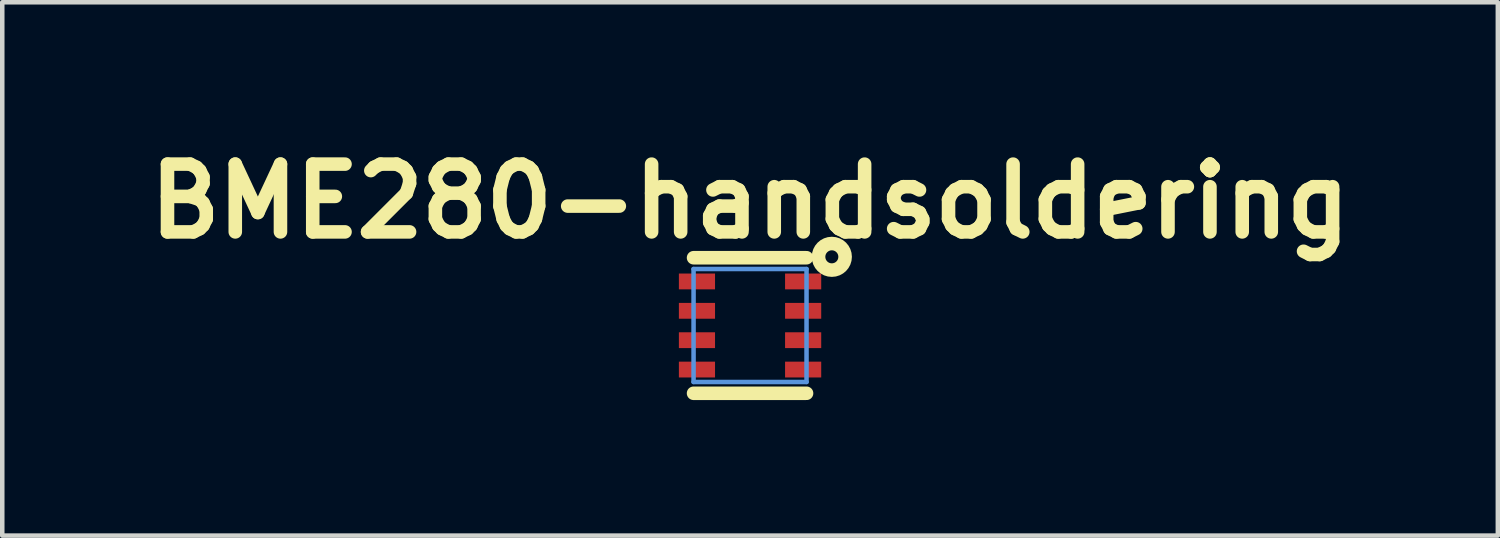
<source format=kicad_pcb>
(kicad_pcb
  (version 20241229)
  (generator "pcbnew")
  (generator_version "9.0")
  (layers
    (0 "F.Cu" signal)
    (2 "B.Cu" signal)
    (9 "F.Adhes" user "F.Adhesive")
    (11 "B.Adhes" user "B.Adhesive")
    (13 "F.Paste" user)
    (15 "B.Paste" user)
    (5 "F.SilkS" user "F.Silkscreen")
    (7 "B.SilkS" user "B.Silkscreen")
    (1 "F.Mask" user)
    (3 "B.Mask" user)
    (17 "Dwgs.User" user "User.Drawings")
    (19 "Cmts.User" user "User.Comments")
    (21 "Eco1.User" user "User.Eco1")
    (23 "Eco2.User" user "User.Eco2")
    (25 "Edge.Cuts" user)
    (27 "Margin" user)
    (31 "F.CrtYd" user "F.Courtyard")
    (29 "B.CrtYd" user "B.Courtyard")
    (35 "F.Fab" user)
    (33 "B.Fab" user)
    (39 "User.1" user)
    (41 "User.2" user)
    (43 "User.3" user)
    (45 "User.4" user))
  (footprint "BME280-handsoldering"
    (layer "F.Cu")
    (at 12.3 5.404)
    (property "Reference" "BME280-handsoldering" (at 1.25 -4 0) (layer "F.SilkS") (effects (font (size 1.5 1.5) (thickness 0.3))))
    (attr through_hole)
    (fp_line (start 0 -2.75) (end 2.5 -2.75) (stroke (width 0.3) (type solid)) (layer "F.SilkS"))
    (fp_line (start 0 0.25) (end 2.5 0.25) (stroke (width 0.3) (type solid)) (layer "F.SilkS"))
    (fp_circle (center 3.06 -2.77) (end 3.18 -2.69) (stroke (width 0.3) (type solid)) (fill no) (layer "F.SilkS"))
    (fp_line (start 0 -2.5) (end 2.5 -2.5) (stroke (width 0.1) (type solid)) (layer "Cmts.User"))
    (fp_line (start 0 0) (end 0 -2.5) (stroke (width 0.1) (type solid)) (layer "Cmts.User"))
    (fp_line (start 2.5 -2.5) (end 2.5 0) (stroke (width 0.1) (type solid)) (layer "Cmts.User"))
    (fp_line (start 2.5 0) (end 0 0) (stroke (width 0.1) (type solid)) (layer "Cmts.User"))
    (pad "1" smd rect (at 2.275 -2.225) (size 0.8 0.35) (drill (offset 0.15 0)) (layers "F.Cu" "F.Mask" "F.Paste"))
    (pad "2" smd rect (at 2.275 -1.575) (size 0.8 0.35) (drill (offset 0.15 0)) (layers "F.Cu" "F.Mask" "F.Paste"))
    (pad "3" smd rect (at 2.275 -0.925) (size 0.8 0.35) (drill (offset 0.15 0)) (layers "F.Cu" "F.Mask" "F.Paste"))
    (pad "4" smd rect (at 2.275 -0.275) (size 0.8 0.35) (drill (offset 0.15 0)) (layers "F.Cu" "F.Mask" "F.Paste"))
    (pad "5" smd rect (at 0.225 -0.275) (size 0.8 0.35) (drill (offset -0.15 0)) (layers "F.Cu" "F.Mask" "F.Paste"))
    (pad "6" smd rect (at 0.225 -0.925) (size 0.8 0.35) (drill (offset -0.15 0)) (layers "F.Cu" "F.Mask" "F.Paste"))
    (pad "7" smd rect (at 0.225 -1.575) (size 0.8 0.35) (drill (offset -0.15 0)) (layers "F.Cu" "F.Mask" "F.Paste"))
    (pad "8" smd rect (at 0.225 -2.225) (size 0.8 0.35) (drill (offset -0.15 0)) (layers "F.Cu" "F.Mask" "F.Paste")))
  (gr_rect
    (start -3 -3)
    (end 30.1 8.804)
    (stroke (width 0.1) (type default))
    (fill no)
    (layer "Edge.Cuts")))
</source>
